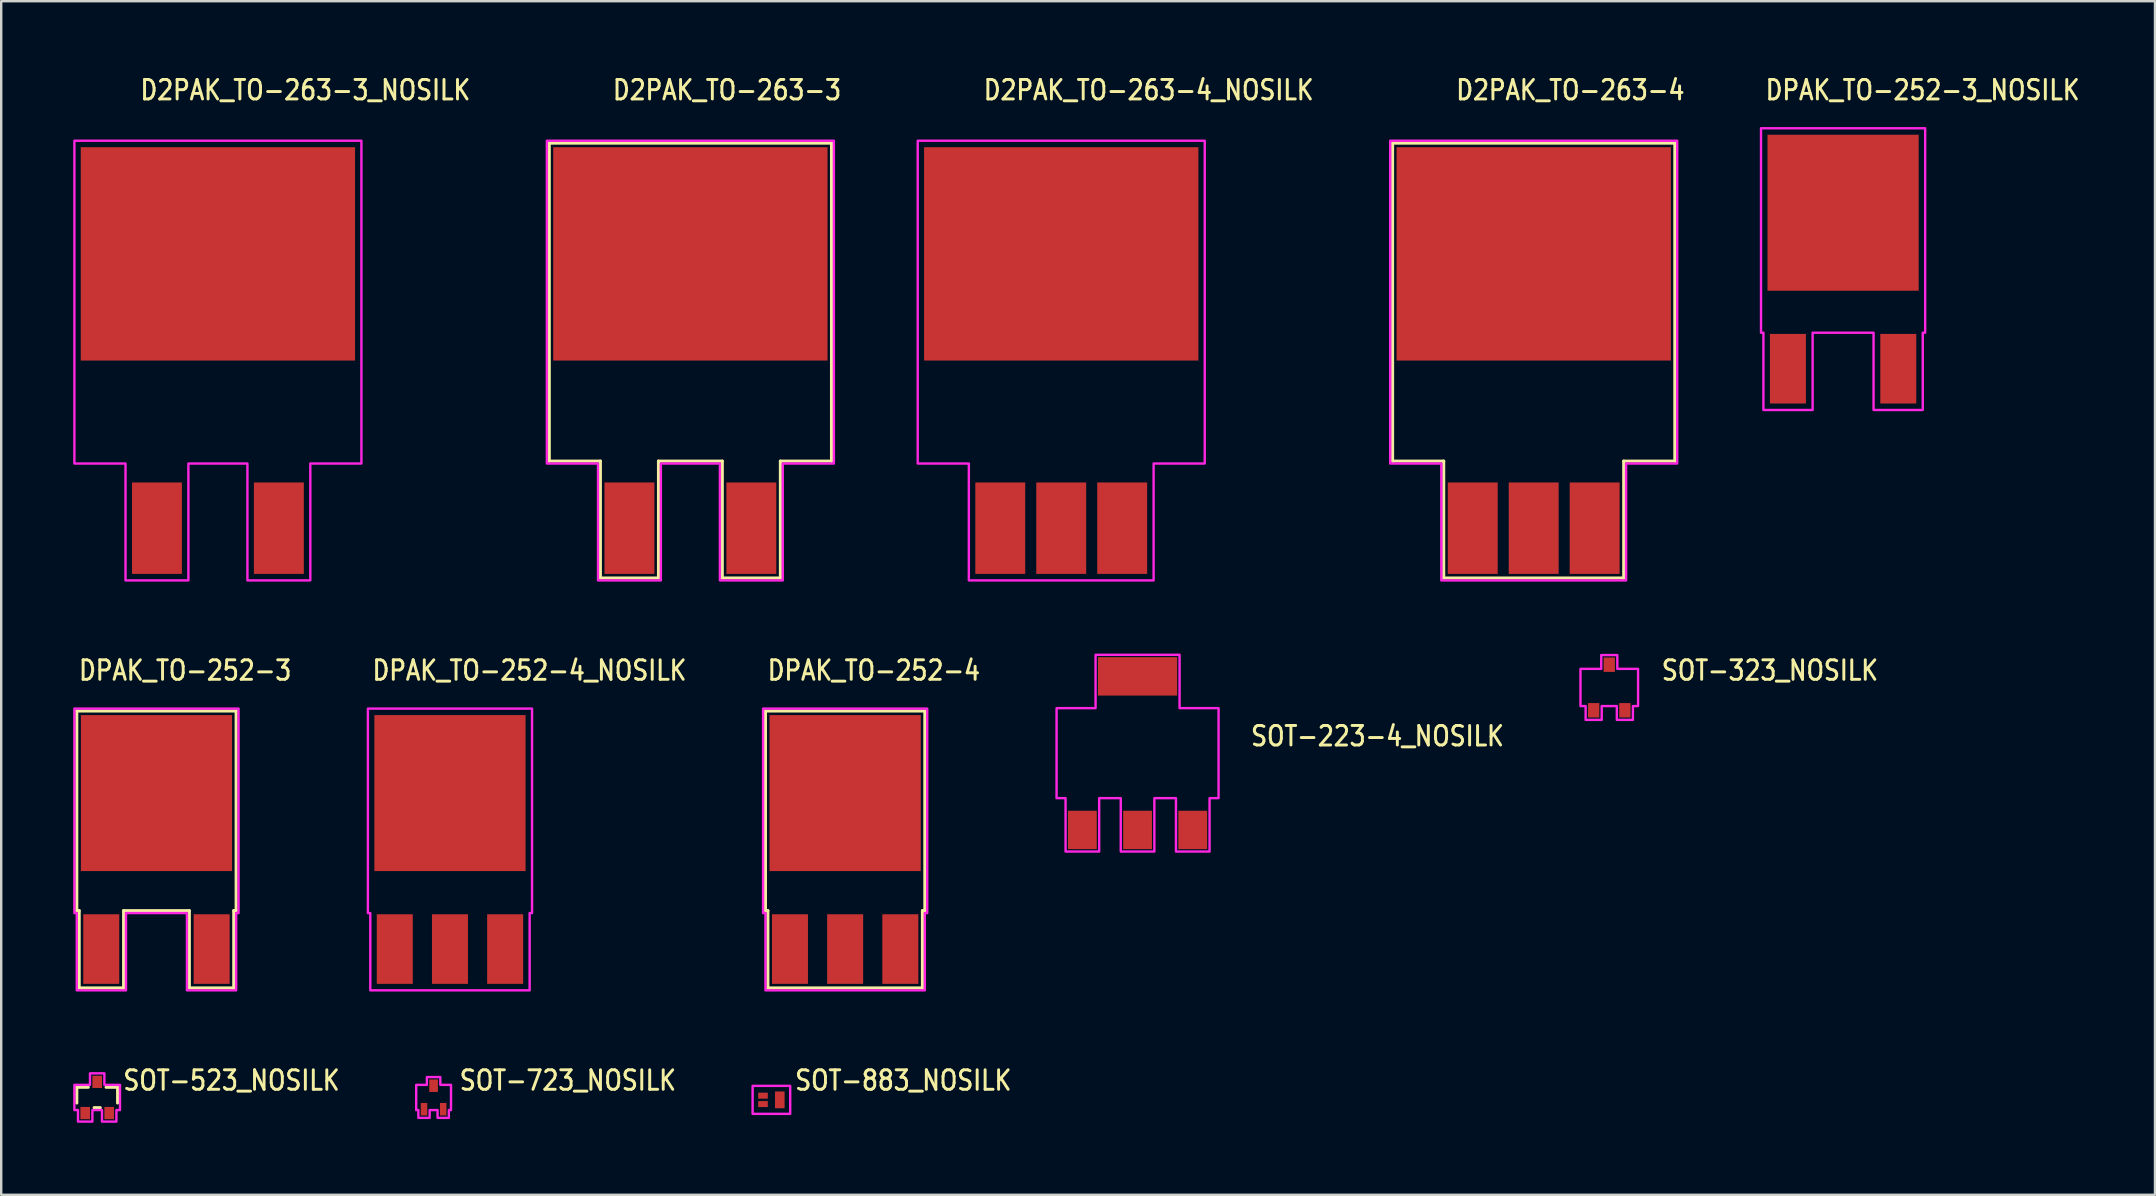
<source format=kicad_pcb>
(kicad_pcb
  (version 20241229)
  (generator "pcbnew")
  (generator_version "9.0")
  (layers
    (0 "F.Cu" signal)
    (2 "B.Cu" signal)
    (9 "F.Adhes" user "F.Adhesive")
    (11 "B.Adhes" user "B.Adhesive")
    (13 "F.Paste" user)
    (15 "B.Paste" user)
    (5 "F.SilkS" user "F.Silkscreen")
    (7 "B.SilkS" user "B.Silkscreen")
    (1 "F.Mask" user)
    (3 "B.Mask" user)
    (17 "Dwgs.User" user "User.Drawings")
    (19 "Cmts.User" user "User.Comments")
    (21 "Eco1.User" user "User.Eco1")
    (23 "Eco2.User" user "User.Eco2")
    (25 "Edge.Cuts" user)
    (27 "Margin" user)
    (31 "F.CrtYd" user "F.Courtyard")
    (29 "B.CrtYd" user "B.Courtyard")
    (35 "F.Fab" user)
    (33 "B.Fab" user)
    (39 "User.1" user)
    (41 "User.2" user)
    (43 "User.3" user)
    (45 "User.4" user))
  (footprint "SOT-883_NOSILK"
    (layer "F.Cu")
    (at 29.094 42.781)
    (property "Reference" "SOT-883_NOSILK" (at 0.915 -0.335 0) (unlocked yes) (layer "F.SilkS") (effects (font (size 0.813 0.695) (thickness 0.122)) (justify left bottom)))
    (fp_poly (pts (xy 0.783 -0.584) (xy 0.783 0.584) (xy -0.783 0.584) (xy -0.783 -0.584)) (stroke (width 0.1) (type solid)) (fill no) (layer "F.CrtYd"))
    (pad "1" smd rect (at -0.35 -0.175) (size 0.4 0.25) (layers "F.Cu" "F.Mask" "F.Paste"))
    (pad "2" smd rect (at -0.35 0.175) (size 0.4 0.25) (layers "F.Cu" "F.Mask" "F.Paste"))
    (pad "3" smd rect (at 0.35 0) (size 0.4 0.7) (layers "F.Cu" "F.Mask" "F.Paste")))
  (footprint "SOT-323_NOSILK"
    (layer "F.Cu")
    (at 64.008 25.597)
    (property "Reference" "SOT-323_NOSILK" (at 2.115 -0.235 0) (unlocked yes) (layer "F.SilkS") (effects (font (size 0.813 0.695) (thickness 0.122)) (justify left bottom)))
    (fp_poly (pts (xy -0.335 -0.775) (xy -0.335 -1.35) (xy 0.335 -1.35) (xy 0.335 -0.775) (xy 1.2 -0.775) (xy 1.2 0.775) (xy 0.985 0.775) (xy 0.985 1.35) (xy 0.315 1.35) (xy 0.315 0.775) (xy -0.315 0.775) (xy -0.315 1.35) (xy -0.985 1.35) (xy -0.985 0.775) (xy -1.2 0.775) (xy -1.2 -0.775)) (stroke (width 0.1) (type solid)) (fill no) (layer "F.CrtYd"))
    (pad "1" smd rect (at -0.65 0.95) (size 0.47 0.6) (layers "F.Cu" "F.Mask" "F.Paste"))
    (pad "2" smd rect (at 0.65 0.95) (size 0.47 0.6) (layers "F.Cu" "F.Mask" "F.Paste"))
    (pad "3" smd rect (at 0 -0.95) (size 0.47 0.6) (layers "F.Cu" "F.Mask" "F.Paste")))
  (footprint "DPAK_TO-252-4"
    (layer "F.Cu")
    (at 32.167 32.347)
    (property "Reference" "DPAK_TO-252-4" (at -3.302 -6.985 0) (unlocked yes) (layer "F.SilkS") (effects (font (size 0.813 0.695) (thickness 0.122)) (justify left bottom)))
    (fp_line (start -3.32 -5.77) (end 3.32 -5.77) (stroke (width 0.127) (type solid)) (layer "F.SilkS"))
    (fp_line (start -3.32 2.55) (end -3.32 -5.77) (stroke (width 0.127) (type solid)) (layer "F.SilkS"))
    (fp_line (start -3.22 2.55) (end -3.32 2.55) (stroke (width 0.127) (type solid)) (layer "F.SilkS"))
    (fp_line (start -3.22 5.77) (end -3.22 2.55) (stroke (width 0.127) (type solid)) (layer "F.SilkS"))
    (fp_line (start 3.22 2.55) (end 3.22 5.77) (stroke (width 0.127) (type solid)) (layer "F.SilkS"))
    (fp_line (start 3.22 5.77) (end -3.22 5.77) (stroke (width 0.127) (type solid)) (layer "F.SilkS"))
    (fp_line (start 3.32 -5.77) (end 3.32 2.55) (stroke (width 0.127) (type solid)) (layer "F.SilkS"))
    (fp_line (start 3.32 2.55) (end 3.22 2.55) (stroke (width 0.127) (type solid)) (layer "F.SilkS"))
    (fp_poly (pts (xy -3.42 -5.87) (xy 3.42 -5.87) (xy 3.42 2.65) (xy 3.32 2.65) (xy 3.32 5.87) (xy -3.32 5.87) (xy -3.32 2.65) (xy -3.42 2.65)) (stroke (width 0.1) (type solid)) (fill no) (layer "F.CrtYd"))
    (pad "1" smd rect (at -2.3 4.15) (size 1.5 2.9) (layers "F.Cu" "F.Mask" "F.Paste"))
    (pad "2" smd rect (at 0 4.15) (size 1.5 2.9) (layers "F.Cu" "F.Mask" "F.Paste"))
    (pad "3" smd rect (at 2.3 4.15) (size 1.5 2.9) (layers "F.Cu" "F.Mask" "F.Paste"))
    (pad "4" smd rect (at 0 -2.35) (size 6.3 6.5) (layers "F.Cu" "F.Mask" "F.Paste")))
  (footprint "DPAK_TO-252-3_NOSILK"
    (layer "F.Cu")
    (at 73.751 8.164)
    (property "Reference" "DPAK_TO-252-3_NOSILK" (at -3.302 -6.985 0) (unlocked yes) (layer "F.SilkS") (effects (font (size 0.813 0.695) (thickness 0.122)) (justify left bottom)))
    (fp_poly (pts (xy -3.42 -5.87) (xy 3.42 -5.87) (xy 3.42 2.65) (xy 3.32 2.65) (xy 3.32 5.87) (xy 1.27 5.87) (xy 1.27 2.65) (xy -1.27 2.65) (xy -1.27 5.87) (xy -3.32 5.87) (xy -3.32 2.65) (xy -3.42 2.65)) (stroke (width 0.1) (type solid)) (fill no) (layer "F.CrtYd"))
    (pad "1" smd rect (at -2.3 4.15) (size 1.5 2.9) (layers "F.Cu" "F.Mask" "F.Paste"))
    (pad "3" smd rect (at 2.3 4.15) (size 1.5 2.9) (layers "F.Cu" "F.Mask" "F.Paste"))
    (pad "4" smd rect (at 0 -2.35) (size 6.3 6.5) (layers "F.Cu" "F.Mask" "F.Paste")))
  (footprint "SOT-223-4_NOSILK"
    (layer "F.Cu")
    (at 44.352 28.334)
    (property "Reference" "SOT-223-4_NOSILK" (at 4.655 -0.235 0) (unlocked yes) (layer "F.SilkS") (effects (font (size 0.813 0.695) (thickness 0.122)) (justify left bottom)))
    (fp_poly (pts (xy -1.75 -1.875) (xy -1.75 -4.1) (xy 1.75 -4.1) (xy 1.75 -1.875) (xy 3.375 -1.875) (xy 3.375 1.875) (xy 3 1.875) (xy 3 4.1) (xy 1.6 4.1) (xy 1.6 1.875) (xy 0.7 1.875) (xy 0.7 4.1) (xy -0.7 4.1) (xy -0.7 1.875) (xy -1.6 1.875) (xy -1.6 4.1) (xy -3 4.1) (xy -3 1.875) (xy -3.375 1.875) (xy -3.375 -1.875)) (stroke (width 0.1) (type solid)) (fill no) (layer "F.CrtYd"))
    (pad "1" smd rect (at -2.3 3.2) (size 1.2 1.6) (layers "F.Cu" "F.Mask" "F.Paste"))
    (pad "2" smd rect (at 0 3.2) (size 1.2 1.6) (layers "F.Cu" "F.Mask" "F.Paste"))
    (pad "3" smd rect (at 2.3 3.2) (size 1.2 1.6) (layers "F.Cu" "F.Mask" "F.Paste"))
    (pad "4" smd rect (at 0 -3.2) (size 3.3 1.6) (layers "F.Cu" "F.Mask" "F.Paste")))
  (footprint "D2PAK_TO-263-3_NOSILK"
    (layer "F.Cu")
    (at 6.03 11.974)
    (property "Reference" "D2PAK_TO-263-3_NOSILK" (at -3.302 -10.795 0) (unlocked yes) (layer "F.SilkS") (effects (font (size 0.813 0.695) (thickness 0.122)) (justify left bottom)))
    (fp_poly (pts (xy -5.98 -9.16) (xy 5.98 -9.16) (xy 5.98 4.29) (xy 3.85 4.29) (xy 3.85 9.16) (xy 1.23 9.16) (xy 1.23 4.29) (xy -1.23 4.29) (xy -1.23 9.16) (xy -3.85 9.16) (xy -3.85 4.29) (xy -5.98 4.29)) (stroke (width 0.1) (type solid)) (fill no) (layer "F.CrtYd"))
    (pad "1" smd rect (at -2.54 6.985) (size 2.08 3.81) (layers "F.Cu" "F.Mask" "F.Paste"))
    (pad "3" smd rect (at 2.54 6.985) (size 2.08 3.81) (layers "F.Cu" "F.Mask" "F.Paste"))
    (pad "4" smd rect (at 0 -4.445) (size 11.43 8.89) (layers "F.Cu" "F.Mask" "F.Paste")))
  (footprint "DPAK_TO-252-4_NOSILK"
    (layer "F.Cu")
    (at 15.7 32.347)
    (property "Reference" "DPAK_TO-252-4_NOSILK" (at -3.302 -6.985 0) (unlocked yes) (layer "F.SilkS") (effects (font (size 0.813 0.695) (thickness 0.122)) (justify left bottom)))
    (fp_poly (pts (xy -3.42 -5.87) (xy 3.42 -5.87) (xy 3.42 2.65) (xy 3.32 2.65) (xy 3.32 5.87) (xy -3.32 5.87) (xy -3.32 2.65) (xy -3.42 2.65)) (stroke (width 0.1) (type solid)) (fill no) (layer "F.CrtYd"))
    (pad "1" smd rect (at -2.3 4.15) (size 1.5 2.9) (layers "F.Cu" "F.Mask" "F.Paste"))
    (pad "2" smd rect (at 0 4.15) (size 1.5 2.9) (layers "F.Cu" "F.Mask" "F.Paste"))
    (pad "3" smd rect (at 2.3 4.15) (size 1.5 2.9) (layers "F.Cu" "F.Mask" "F.Paste"))
    (pad "4" smd rect (at 0 -2.35) (size 6.3 6.5) (layers "F.Cu" "F.Mask" "F.Paste")))
  (footprint "SOT-723_NOSILK"
    (layer "F.Cu")
    (at 15.018 42.681)
    (property "Reference" "SOT-723_NOSILK" (at 1.015 -0.235 0) (unlocked yes) (layer "F.SilkS") (effects (font (size 0.813 0.695) (thickness 0.122)) (justify left bottom)))
    (fp_poly (pts (xy -0.28 -0.525) (xy -0.28 -0.85) (xy 0.28 -0.85) (xy 0.28 -0.525) (xy 0.725 -0.525) (xy 0.725 0.525) (xy 0.635 0.525) (xy 0.635 0.85) (xy 0.165 0.85) (xy 0.165 0.525) (xy -0.165 0.525) (xy -0.165 0.85) (xy -0.635 0.85) (xy -0.635 0.525) (xy -0.725 0.525) (xy -0.725 -0.525)) (stroke (width 0.1) (type solid)) (fill no) (layer "F.CrtYd"))
    (pad "1" smd rect (at -0.4 0.49) (size 0.27 0.52) (layers "F.Cu" "F.Mask" "F.Paste"))
    (pad "2" smd rect (at 0.4 0.49) (size 0.27 0.52) (layers "F.Cu" "F.Mask" "F.Paste"))
    (pad "3" smd rect (at 0 -0.49) (size 0.36 0.52) (layers "F.Cu" "F.Mask" "F.Paste")))
  (footprint "D2PAK_TO-263-4_NOSILK"
    (layer "F.Cu")
    (at 41.171 11.974)
    (property "Reference" "D2PAK_TO-263-4_NOSILK" (at -3.302 -10.795 0) (unlocked yes) (layer "F.SilkS") (effects (font (size 0.813 0.695) (thickness 0.122)) (justify left bottom)))
    (fp_poly (pts (xy -5.98 -9.16) (xy 5.98 -9.16) (xy 5.98 4.29) (xy 3.85 4.29) (xy 3.85 9.16) (xy -3.85 9.16) (xy -3.85 4.29) (xy -5.98 4.29)) (stroke (width 0.1) (type solid)) (fill no) (layer "F.CrtYd"))
    (pad "1" smd rect (at -2.54 6.985) (size 2.08 3.81) (layers "F.Cu" "F.Mask" "F.Paste"))
    (pad "2" smd rect (at 0 6.985) (size 2.08 3.81) (layers "F.Cu" "F.Mask" "F.Paste"))
    (pad "3" smd rect (at 2.54 6.985) (size 2.08 3.81) (layers "F.Cu" "F.Mask" "F.Paste"))
    (pad "4" smd rect (at 0 -4.445) (size 11.43 8.89) (layers "F.Cu" "F.Mask" "F.Paste")))
  (footprint "D2PAK_TO-263-4"
    (layer "F.Cu")
    (at 60.859 11.974)
    (property "Reference" "D2PAK_TO-263-4" (at -3.302 -10.795 0) (unlocked yes) (layer "F.SilkS") (effects (font (size 0.813 0.695) (thickness 0.122)) (justify left bottom)))
    (fp_line (start -5.88 -9.06) (end 5.88 -9.06) (stroke (width 0.127) (type solid)) (layer "F.SilkS"))
    (fp_line (start -5.88 4.19) (end -5.88 -9.06) (stroke (width 0.127) (type solid)) (layer "F.SilkS"))
    (fp_line (start -3.75 4.19) (end -5.88 4.19) (stroke (width 0.127) (type solid)) (layer "F.SilkS"))
    (fp_line (start -3.75 9.06) (end -3.75 4.19) (stroke (width 0.127) (type solid)) (layer "F.SilkS"))
    (fp_line (start 3.75 4.19) (end 3.75 9.06) (stroke (width 0.127) (type solid)) (layer "F.SilkS"))
    (fp_line (start 3.75 9.06) (end -3.75 9.06) (stroke (width 0.127) (type solid)) (layer "F.SilkS"))
    (fp_line (start 5.88 -9.06) (end 5.88 4.19) (stroke (width 0.127) (type solid)) (layer "F.SilkS"))
    (fp_line (start 5.88 4.19) (end 3.75 4.19) (stroke (width 0.127) (type solid)) (layer "F.SilkS"))
    (fp_poly (pts (xy -5.98 -9.16) (xy 5.98 -9.16) (xy 5.98 4.29) (xy 3.85 4.29) (xy 3.85 9.16) (xy -3.85 9.16) (xy -3.85 4.29) (xy -5.98 4.29)) (stroke (width 0.1) (type solid)) (fill no) (layer "F.CrtYd"))
    (pad "1" smd rect (at -2.54 6.985) (size 2.08 3.81) (layers "F.Cu" "F.Mask" "F.Paste"))
    (pad "2" smd rect (at 0 6.985) (size 2.08 3.81) (layers "F.Cu" "F.Mask" "F.Paste"))
    (pad "3" smd rect (at 2.54 6.985) (size 2.08 3.81) (layers "F.Cu" "F.Mask" "F.Paste"))
    (pad "4" smd rect (at 0 -4.445) (size 11.43 8.89) (layers "F.Cu" "F.Mask" "F.Paste")))
  (footprint "DPAK_TO-252-3"
    (layer "F.Cu")
    (at 3.47 32.347)
    (property "Reference" "DPAK_TO-252-3" (at -3.302 -6.985 0) (unlocked yes) (layer "F.SilkS") (effects (font (size 0.813 0.695) (thickness 0.122)) (justify left bottom)))
    (fp_line (start -3.32 -5.77) (end 3.32 -5.77) (stroke (width 0.127) (type solid)) (layer "F.SilkS"))
    (fp_line (start -3.32 2.55) (end -3.32 -5.77) (stroke (width 0.127) (type solid)) (layer "F.SilkS"))
    (fp_line (start -3.22 2.55) (end -3.32 2.55) (stroke (width 0.127) (type solid)) (layer "F.SilkS"))
    (fp_line (start -3.22 5.77) (end -3.22 2.55) (stroke (width 0.127) (type solid)) (layer "F.SilkS"))
    (fp_line (start -1.37 2.55) (end -1.37 5.77) (stroke (width 0.127) (type solid)) (layer "F.SilkS"))
    (fp_line (start -1.37 5.77) (end -3.22 5.77) (stroke (width 0.127) (type solid)) (layer "F.SilkS"))
    (fp_line (start 1.37 2.55) (end -1.37 2.55) (stroke (width 0.127) (type solid)) (layer "F.SilkS"))
    (fp_line (start 1.37 5.77) (end 1.37 2.55) (stroke (width 0.127) (type solid)) (layer "F.SilkS"))
    (fp_line (start 3.22 2.55) (end 3.22 5.77) (stroke (width 0.127) (type solid)) (layer "F.SilkS"))
    (fp_line (start 3.22 5.77) (end 1.37 5.77) (stroke (width 0.127) (type solid)) (layer "F.SilkS"))
    (fp_line (start 3.32 -5.77) (end 3.32 2.55) (stroke (width 0.127) (type solid)) (layer "F.SilkS"))
    (fp_line (start 3.32 2.55) (end 3.22 2.55) (stroke (width 0.127) (type solid)) (layer "F.SilkS"))
    (fp_poly (pts (xy -3.42 -5.87) (xy 3.42 -5.87) (xy 3.42 2.65) (xy 3.32 2.65) (xy 3.32 5.87) (xy 1.27 5.87) (xy 1.27 2.65) (xy -1.27 2.65) (xy -1.27 5.87) (xy -3.32 5.87) (xy -3.32 2.65) (xy -3.42 2.65)) (stroke (width 0.1) (type solid)) (fill no) (layer "F.CrtYd"))
    (pad "1" smd rect (at -2.3 4.15) (size 1.5 2.9) (layers "F.Cu" "F.Mask" "F.Paste"))
    (pad "3" smd rect (at 2.3 4.15) (size 1.5 2.9) (layers "F.Cu" "F.Mask" "F.Paste"))
    (pad "4" smd rect (at 0 -2.35) (size 6.3 6.5) (layers "F.Cu" "F.Mask" "F.Paste")))
  (footprint "D2PAK_TO-263-3"
    (layer "F.Cu")
    (at 25.718 11.974)
    (property "Reference" "D2PAK_TO-263-3" (at -3.302 -10.795 0) (unlocked yes) (layer "F.SilkS") (effects (font (size 0.813 0.695) (thickness 0.122)) (justify left bottom)))
    (fp_line (start -5.88 -9.06) (end 5.88 -9.06) (stroke (width 0.127) (type solid)) (layer "F.SilkS"))
    (fp_line (start -5.88 4.19) (end -5.88 -9.06) (stroke (width 0.127) (type solid)) (layer "F.SilkS"))
    (fp_line (start -3.75 4.19) (end -5.88 4.19) (stroke (width 0.127) (type solid)) (layer "F.SilkS"))
    (fp_line (start -3.75 9.06) (end -3.75 4.19) (stroke (width 0.127) (type solid)) (layer "F.SilkS"))
    (fp_line (start -1.33 4.19) (end -1.33 9.06) (stroke (width 0.127) (type solid)) (layer "F.SilkS"))
    (fp_line (start -1.33 9.06) (end -3.75 9.06) (stroke (width 0.127) (type solid)) (layer "F.SilkS"))
    (fp_line (start 1.33 4.19) (end -1.33 4.19) (stroke (width 0.127) (type solid)) (layer "F.SilkS"))
    (fp_line (start 1.33 9.06) (end 1.33 4.19) (stroke (width 0.127) (type solid)) (layer "F.SilkS"))
    (fp_line (start 3.75 4.19) (end 3.75 9.06) (stroke (width 0.127) (type solid)) (layer "F.SilkS"))
    (fp_line (start 3.75 9.06) (end 1.33 9.06) (stroke (width 0.127) (type solid)) (layer "F.SilkS"))
    (fp_line (start 5.88 -9.06) (end 5.88 4.19) (stroke (width 0.127) (type solid)) (layer "F.SilkS"))
    (fp_line (start 5.88 4.19) (end 3.75 4.19) (stroke (width 0.127) (type solid)) (layer "F.SilkS"))
    (fp_poly (pts (xy -5.98 -9.16) (xy 5.98 -9.16) (xy 5.98 4.29) (xy 3.85 4.29) (xy 3.85 9.16) (xy 1.23 9.16) (xy 1.23 4.29) (xy -1.23 4.29) (xy -1.23 9.16) (xy -3.85 9.16) (xy -3.85 4.29) (xy -5.98 4.29)) (stroke (width 0.1) (type solid)) (fill no) (layer "F.CrtYd"))
    (pad "1" smd rect (at -2.54 6.985) (size 2.08 3.81) (layers "F.Cu" "F.Mask" "F.Paste"))
    (pad "3" smd rect (at 2.54 6.985) (size 2.08 3.81) (layers "F.Cu" "F.Mask" "F.Paste"))
    (pad "4" smd rect (at 0 -4.445) (size 11.43 8.89) (layers "F.Cu" "F.Mask" "F.Paste")))
  (footprint "SOT-523_NOSILK"
    (layer "F.Cu")
    (at 1 42.681)
    (property "Reference" "SOT-523_NOSILK" (at 1.015 -0.235 0) (unlocked yes) (layer "F.SilkS") (effects (font (size 0.813 0.695) (thickness 0.122)) (justify left bottom)))
    (fp_line (start -0.85 -0.425) (end -0.85 0.23) (stroke (width 0.127) (type solid)) (layer "F.SilkS"))
    (fp_line (start -0.37 -0.425) (end -0.85 -0.425) (stroke (width 0.127) (type solid)) (layer "F.SilkS"))
    (fp_line (start -0.13 0.425) (end 0.13 0.425) (stroke (width 0.127) (type solid)) (layer "F.SilkS"))
    (fp_line (start 0.37 -0.425) (end 0.85 -0.425) (stroke (width 0.127) (type solid)) (layer "F.SilkS"))
    (fp_line (start 0.85 -0.425) (end 0.85 0.23) (stroke (width 0.127) (type solid)) (layer "F.SilkS"))
    (fp_poly (pts (xy -0.3 -0.525) (xy -0.3 -1.005) (xy 0.3 -1.005) (xy 0.3 -0.525) (xy 0.95 -0.525) (xy 0.95 0.525) (xy 0.8 0.525) (xy 0.8 1.005) (xy 0.2 1.005) (xy 0.2 0.525) (xy -0.2 0.525) (xy -0.2 1.005) (xy -0.8 1.005) (xy -0.8 0.525) (xy -0.95 0.525) (xy -0.95 -0.525)) (stroke (width 0.1) (type solid)) (fill no) (layer "F.CrtYd"))
    (pad "1" smd rect (at -0.5 0.65) (size 0.4 0.51) (layers "F.Cu" "F.Mask" "F.Paste"))
    (pad "2" smd rect (at 0.5 0.65) (size 0.4 0.51) (layers "F.Cu" "F.Mask" "F.Paste"))
    (pad "3" smd rect (at 0 -0.65) (size 0.4 0.51) (layers "F.Cu" "F.Mask" "F.Paste")))
  (gr_rect
    (start -3 -3)
    (end 86.747 46.736)
    (stroke (width 0.1) (type default))
    (fill no)
    (layer "Edge.Cuts")))
</source>
